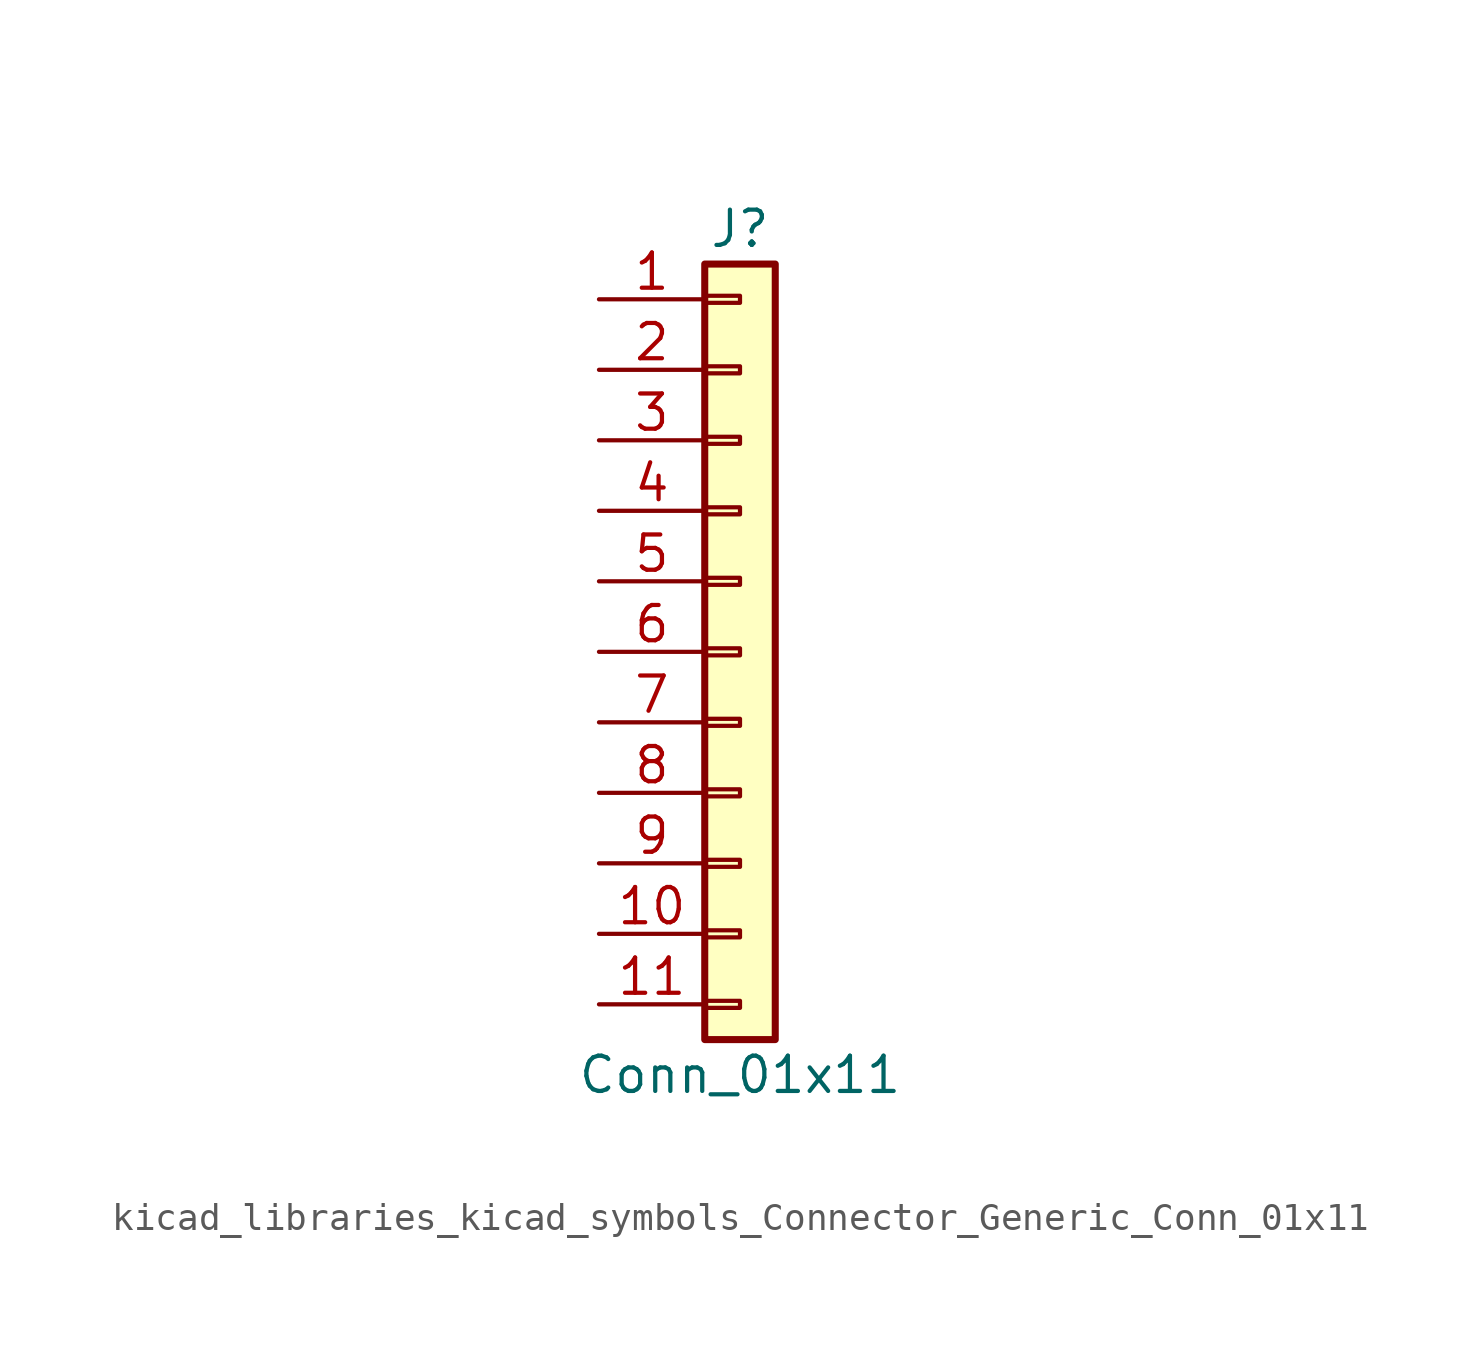
<source format=kicad_sym>
(kicad_symbol_lib
  (version 20220914)
  (generator kicad_symbol_editor)
  (symbol "kicad_libraries_kicad_symbols_Connector_Generic_Conn_01x11"
    (pin_names
      (offset 1.016) hide)
    (property "Reference" "J"
      (at 0 15.24 0)
      (effects (font (size 1.27 1.27))))
    (property "Value" "Conn_01x11"
      (at 0 -15.24 0)
      (effects (font (size 1.27 1.27))))
    (symbol "kicad_libraries_kicad_symbols_Connector_Generic_Conn_01x11_1_1"
      (rectangle (start -1.27 -12.573) (end 0 -12.827) (stroke (width 0.152) (type default)) (fill (type none)))
      (rectangle (start -1.27 -10.033) (end 0 -10.287) (stroke (width 0.152) (type default)) (fill (type none)))
      (rectangle (start -1.27 -7.493) (end 0 -7.747) (stroke (width 0.152) (type default)) (fill (type none)))
      (rectangle (start -1.27 -4.953) (end 0 -5.207) (stroke (width 0.152) (type default)) (fill (type none)))
      (rectangle (start -1.27 -2.413) (end 0 -2.667) (stroke (width 0.152) (type default)) (fill (type none)))
      (rectangle (start -1.27 0.127) (end 0 -0.127) (stroke (width 0.152) (type default)) (fill (type none)))
      (rectangle (start -1.27 2.667) (end 0 2.413) (stroke (width 0.152) (type default)) (fill (type none)))
      (rectangle (start -1.27 5.207) (end 0 4.953) (stroke (width 0.152) (type default)) (fill (type none)))
      (rectangle (start -1.27 7.747) (end 0 7.493) (stroke (width 0.152) (type default)) (fill (type none)))
      (rectangle (start -1.27 10.287) (end 0 10.033) (stroke (width 0.152) (type default)) (fill (type none)))
      (rectangle (start -1.27 12.827) (end 0 12.573) (stroke (width 0.152) (type default)) (fill (type none)))
      (rectangle (start -1.27 13.97) (end 1.27 -13.97) (stroke (width 0.254) (type default)) (fill (type background)))
      (pin passive line (at -5.08 12.7 0) (length 3.81) (name "Pin_1" (effects (font (size 1.27 1.27)))) (number "1" (effects (font (size 1.27 1.27)))))
      (pin passive line (at -5.08 -10.16 0) (length 3.81) (name "Pin_10" (effects (font (size 1.27 1.27)))) (number "10" (effects (font (size 1.27 1.27)))))
      (pin passive line (at -5.08 -12.7 0) (length 3.81) (name "Pin_11" (effects (font (size 1.27 1.27)))) (number "11" (effects (font (size 1.27 1.27)))))
      (pin passive line (at -5.08 10.16 0) (length 3.81) (name "Pin_2" (effects (font (size 1.27 1.27)))) (number "2" (effects (font (size 1.27 1.27)))))
      (pin passive line (at -5.08 7.62 0) (length 3.81) (name "Pin_3" (effects (font (size 1.27 1.27)))) (number "3" (effects (font (size 1.27 1.27)))))
      (pin passive line (at -5.08 5.08 0) (length 3.81) (name "Pin_4" (effects (font (size 1.27 1.27)))) (number "4" (effects (font (size 1.27 1.27)))))
      (pin passive line (at -5.08 2.54 0) (length 3.81) (name "Pin_5" (effects (font (size 1.27 1.27)))) (number "5" (effects (font (size 1.27 1.27)))))
      (pin passive line (at -5.08 0 0) (length 3.81) (name "Pin_6" (effects (font (size 1.27 1.27)))) (number "6" (effects (font (size 1.27 1.27)))))
      (pin passive line (at -5.08 -2.54 0) (length 3.81) (name "Pin_7" (effects (font (size 1.27 1.27)))) (number "7" (effects (font (size 1.27 1.27)))))
      (pin passive line (at -5.08 -5.08 0) (length 3.81) (name "Pin_8" (effects (font (size 1.27 1.27)))) (number "8" (effects (font (size 1.27 1.27)))))
      (pin passive line (at -5.08 -7.62 0) (length 3.81) (name "Pin_9" (effects (font (size 1.27 1.27)))) (number "9" (effects (font (size 1.27 1.27))))))))
</source>
